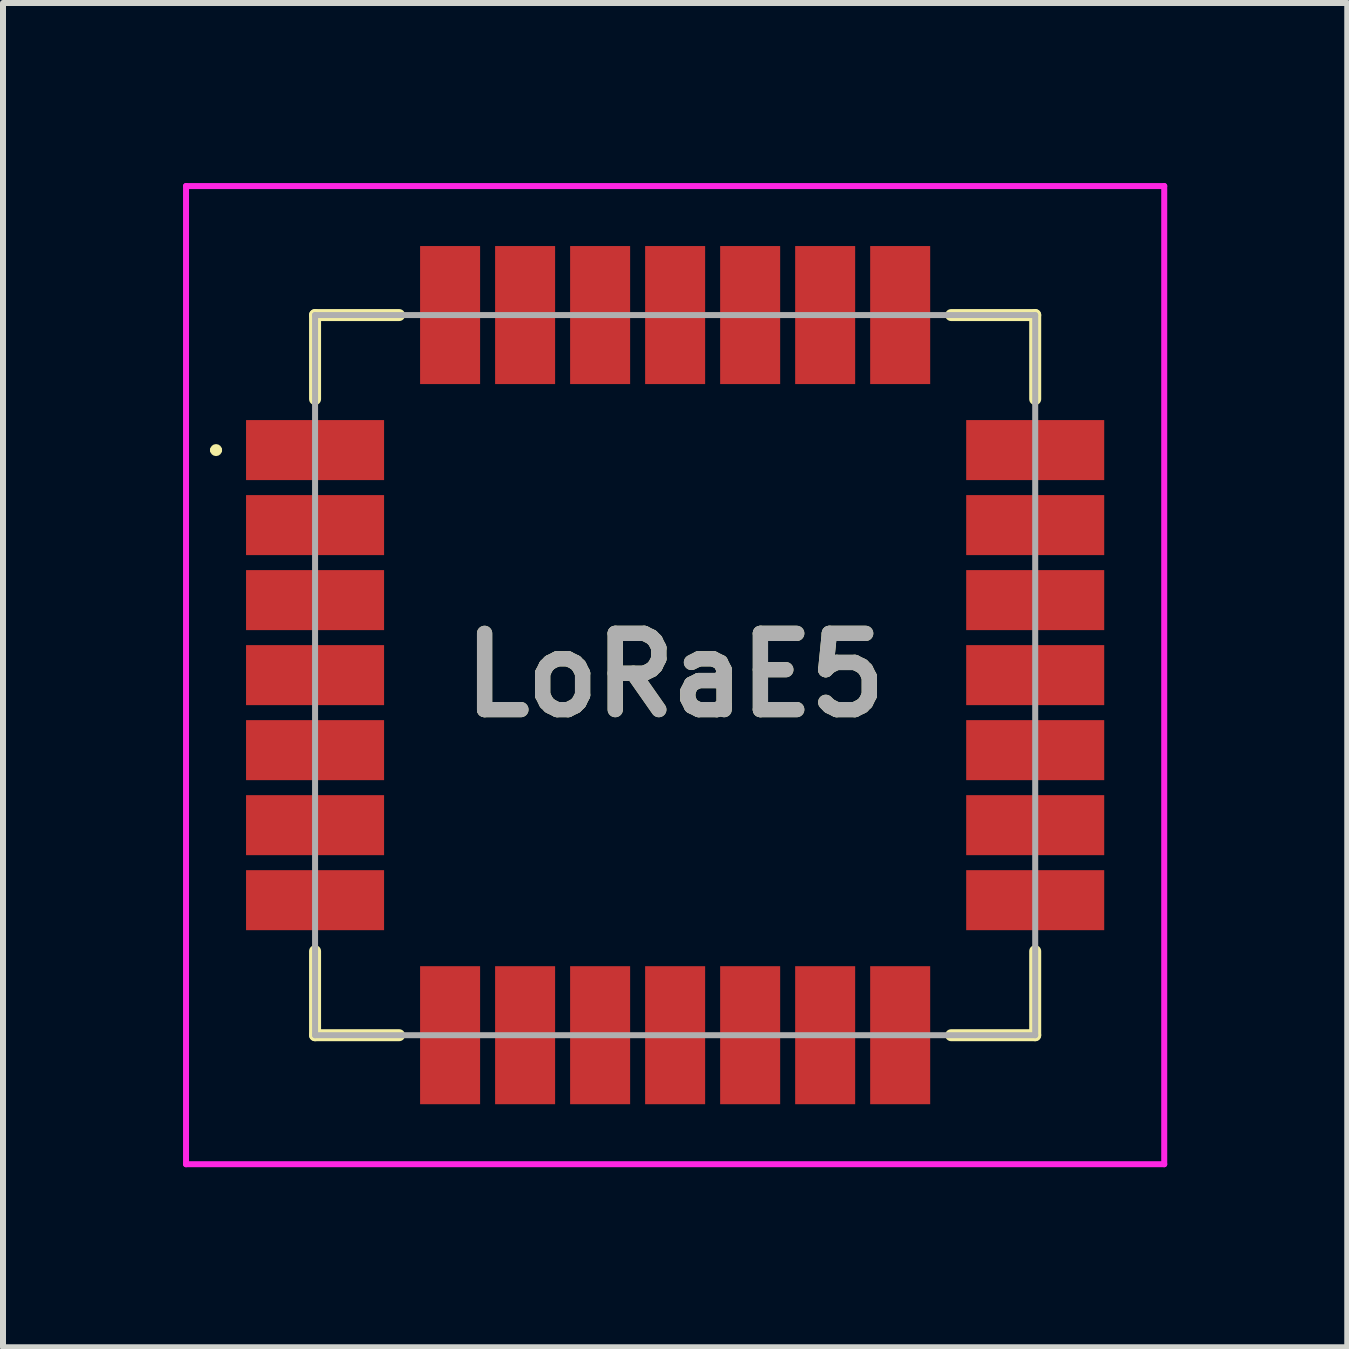
<source format=kicad_pcb>
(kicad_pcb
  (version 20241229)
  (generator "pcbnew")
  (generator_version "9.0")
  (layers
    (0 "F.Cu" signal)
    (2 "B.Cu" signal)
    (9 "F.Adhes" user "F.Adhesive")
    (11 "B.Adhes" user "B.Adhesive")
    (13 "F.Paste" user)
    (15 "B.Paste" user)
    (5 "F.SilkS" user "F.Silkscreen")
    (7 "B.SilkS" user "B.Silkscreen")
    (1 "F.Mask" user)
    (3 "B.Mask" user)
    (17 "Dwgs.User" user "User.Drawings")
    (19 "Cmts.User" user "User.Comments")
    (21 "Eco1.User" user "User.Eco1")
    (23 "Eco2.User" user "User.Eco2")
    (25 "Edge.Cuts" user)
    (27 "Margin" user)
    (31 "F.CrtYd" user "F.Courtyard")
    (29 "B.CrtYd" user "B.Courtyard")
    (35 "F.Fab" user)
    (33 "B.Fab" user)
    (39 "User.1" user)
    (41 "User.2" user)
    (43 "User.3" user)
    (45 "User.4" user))
  (footprint "LoRaE5"
    (layer "F.Cu")
    (at 8.2 8.2)
    (property "Reference" "LoRaE5" (at 0 0 0) (layer "F.SilkS") (effects (font (size 1.27 1.27) (thickness 0.254))))
    (attr smd)
    (fp_line (start -7.7 -3.75) (end -7.7 -3.75) (stroke (width 0.1) (type solid)) (layer "F.SilkS"))
    (fp_line (start -7.6 -3.75) (end -7.6 -3.75) (stroke (width 0.1) (type solid)) (layer "F.SilkS"))
    (fp_line (start -6 -6) (end -6 -4.6) (stroke (width 0.2) (type solid)) (layer "F.SilkS"))
    (fp_line (start -6 4.6) (end -6 6) (stroke (width 0.2) (type solid)) (layer "F.SilkS"))
    (fp_line (start -6 6) (end -4.6 6) (stroke (width 0.2) (type solid)) (layer "F.SilkS"))
    (fp_line (start -4.6 -6) (end -6 -6) (stroke (width 0.2) (type solid)) (layer "F.SilkS"))
    (fp_line (start 4.6 -6) (end 6 -6) (stroke (width 0.2) (type solid)) (layer "F.SilkS"))
    (fp_line (start 6 -6) (end 6 -4.6) (stroke (width 0.2) (type solid)) (layer "F.SilkS"))
    (fp_line (start 6 4.6) (end 6 6) (stroke (width 0.2) (type solid)) (layer "F.SilkS"))
    (fp_line (start 6 6) (end 4.6 6) (stroke (width 0.2) (type solid)) (layer "F.SilkS"))
    (fp_arc (start -7.7 -3.75) (mid -7.65 -3.8) (end -7.6 -3.75) (stroke (width 0.1) (type solid)) (layer "F.SilkS"))
    (fp_arc (start -7.6 -3.75) (mid -7.65 -3.7) (end -7.7 -3.75) (stroke (width 0.1) (type solid)) (layer "F.SilkS"))
    (fp_line (start -8.15 -8.15) (end 8.15 -8.15) (stroke (width 0.1) (type solid)) (layer "F.CrtYd"))
    (fp_line (start -8.15 8.15) (end -8.15 -8.15) (stroke (width 0.1) (type solid)) (layer "F.CrtYd"))
    (fp_line (start 8.15 -8.15) (end 8.15 8.15) (stroke (width 0.1) (type solid)) (layer "F.CrtYd"))
    (fp_line (start 8.15 8.15) (end -8.15 8.15) (stroke (width 0.1) (type solid)) (layer "F.CrtYd"))
    (fp_line (start -6 -6) (end 6 -6) (stroke (width 0.1) (type solid)) (layer "F.Fab"))
    (fp_line (start -6 6) (end -6 -6) (stroke (width 0.1) (type solid)) (layer "F.Fab"))
    (fp_line (start 6 -6) (end 6 6) (stroke (width 0.1) (type solid)) (layer "F.Fab"))
    (fp_line (start 6 6) (end -6 6) (stroke (width 0.1) (type solid)) (layer "F.Fab"))
    (fp_text user "${REFERENCE}" (at 0 0 0) (layer "F.Fab") (effects (font (size 1.27 1.27) (thickness 0.254))))
    (pad "1" smd rect (at -6 -3.75 90) (size 1 2.3) (layers "F.Cu" "F.Mask" "F.Paste"))
    (pad "2" smd rect (at -6 -2.5 90) (size 1 2.3) (layers "F.Cu" "F.Mask" "F.Paste"))
    (pad "3" smd rect (at -6 -1.25 90) (size 1 2.3) (layers "F.Cu" "F.Mask" "F.Paste"))
    (pad "4" smd rect (at -6 0 90) (size 1 2.3) (layers "F.Cu" "F.Mask" "F.Paste"))
    (pad "5" smd rect (at -6 1.25 90) (size 1 2.3) (layers "F.Cu" "F.Mask" "F.Paste"))
    (pad "6" smd rect (at -6 2.5 90) (size 1 2.3) (layers "F.Cu" "F.Mask" "F.Paste"))
    (pad "7" smd rect (at -6 3.75 90) (size 1 2.3) (layers "F.Cu" "F.Mask" "F.Paste"))
    (pad "8" smd rect (at -3.75 6) (size 1 2.3) (layers "F.Cu" "F.Mask" "F.Paste"))
    (pad "9" smd rect (at -2.5 6) (size 1 2.3) (layers "F.Cu" "F.Mask" "F.Paste"))
    (pad "10" smd rect (at -1.25 6) (size 1 2.3) (layers "F.Cu" "F.Mask" "F.Paste"))
    (pad "11" smd rect (at 0 6) (size 1 2.3) (layers "F.Cu" "F.Mask" "F.Paste"))
    (pad "12" smd rect (at 1.25 6) (size 1 2.3) (layers "F.Cu" "F.Mask" "F.Paste"))
    (pad "13" smd rect (at 2.5 6) (size 1 2.3) (layers "F.Cu" "F.Mask" "F.Paste"))
    (pad "14" smd rect (at 3.75 6) (size 1 2.3) (layers "F.Cu" "F.Mask" "F.Paste"))
    (pad "15" smd rect (at 6 3.75 90) (size 1 2.3) (layers "F.Cu" "F.Mask" "F.Paste"))
    (pad "16" smd rect (at 6 2.5 90) (size 1 2.3) (layers "F.Cu" "F.Mask" "F.Paste"))
    (pad "17" smd rect (at 6 1.25 90) (size 1 2.3) (layers "F.Cu" "F.Mask" "F.Paste"))
    (pad "18" smd rect (at 6 0 90) (size 1 2.3) (layers "F.Cu" "F.Mask" "F.Paste"))
    (pad "19" smd rect (at 6 -1.25 90) (size 1 2.3) (layers "F.Cu" "F.Mask" "F.Paste"))
    (pad "20" smd rect (at 6 -2.5 90) (size 1 2.3) (layers "F.Cu" "F.Mask" "F.Paste"))
    (pad "21" smd rect (at 6 -3.75 90) (size 1 2.3) (layers "F.Cu" "F.Mask" "F.Paste"))
    (pad "22" smd rect (at 3.75 -6) (size 1 2.3) (layers "F.Cu" "F.Mask" "F.Paste"))
    (pad "23" smd rect (at 2.5 -6) (size 1 2.3) (layers "F.Cu" "F.Mask" "F.Paste"))
    (pad "24" smd rect (at 1.25 -6) (size 1 2.3) (layers "F.Cu" "F.Mask" "F.Paste"))
    (pad "25" smd rect (at 0 -6) (size 1 2.3) (layers "F.Cu" "F.Mask" "F.Paste"))
    (pad "26" smd rect (at -1.25 -6) (size 1 2.3) (layers "F.Cu" "F.Mask" "F.Paste"))
    (pad "27" smd rect (at -2.5 -6) (size 1 2.3) (layers "F.Cu" "F.Mask" "F.Paste"))
    (pad "28" smd rect (at -3.75 -6) (size 1 2.3) (layers "F.Cu" "F.Mask" "F.Paste")))
  (gr_rect
    (start -3 -3)
    (end 19.4 19.4)
    (stroke (width 0.1) (type default))
    (fill no)
    (layer "Edge.Cuts")))
</source>
